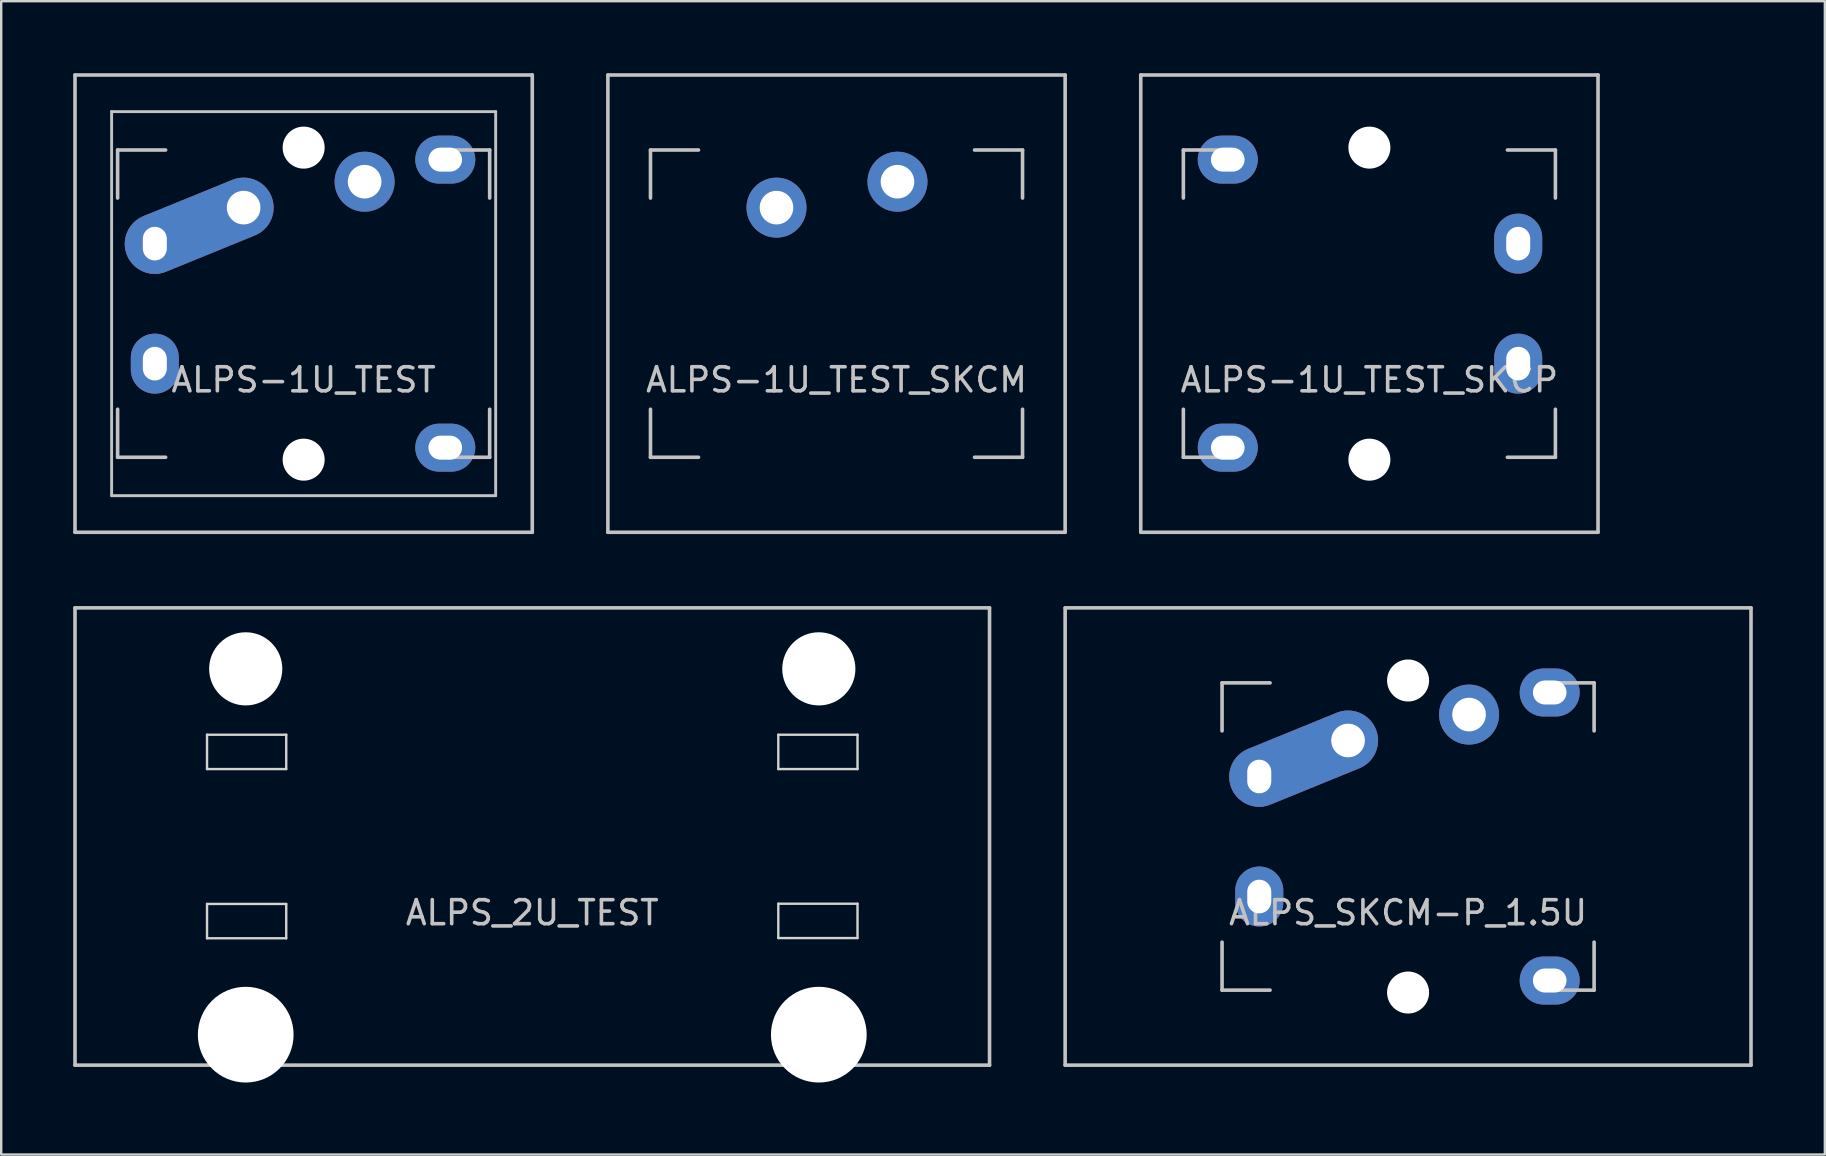
<source format=kicad_pcb>
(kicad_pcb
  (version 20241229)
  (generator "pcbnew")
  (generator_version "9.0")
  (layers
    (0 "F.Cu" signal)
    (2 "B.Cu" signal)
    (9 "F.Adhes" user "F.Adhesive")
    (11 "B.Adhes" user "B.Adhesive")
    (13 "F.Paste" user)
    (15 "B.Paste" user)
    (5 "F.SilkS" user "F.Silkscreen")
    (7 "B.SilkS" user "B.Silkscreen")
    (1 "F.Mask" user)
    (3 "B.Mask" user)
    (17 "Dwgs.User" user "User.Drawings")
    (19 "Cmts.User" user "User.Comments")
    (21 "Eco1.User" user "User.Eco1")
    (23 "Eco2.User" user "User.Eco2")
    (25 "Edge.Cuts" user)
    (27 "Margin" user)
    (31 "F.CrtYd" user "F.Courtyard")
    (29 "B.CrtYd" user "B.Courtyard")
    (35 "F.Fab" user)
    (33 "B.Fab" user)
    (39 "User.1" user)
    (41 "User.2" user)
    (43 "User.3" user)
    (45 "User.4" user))
  (footprint "ALPS_2U_TEST"
    (layer "F.Cu")
    (at 19.125 31.8)
    (property "Reference" "ALPS_2U_TEST" (at 0 3.175 0) (layer "Dwgs.User") (effects (font (size 1 1) (thickness 0.15))))
    (attr through_hole)
    (fp_line (start -19.05 -9.525) (end 19.05 -9.525) (stroke (width 0.15) (type solid)) (layer "Dwgs.User"))
    (fp_line (start -19.05 9.525) (end -19.05 -9.525) (stroke (width 0.15) (type solid)) (layer "Dwgs.User"))
    (fp_line (start -19.05 9.525) (end 19.05 9.525) (stroke (width 0.15) (type solid)) (layer "Dwgs.User"))
    (fp_line (start 19.05 -9.525) (end 19.05 9.525) (stroke (width 0.15) (type solid)) (layer "Dwgs.User"))
    (fp_line (start -13.55 -4.24) (end -13.55 -2.81) (stroke (width 0.1) (type solid)) (layer "Edge.Cuts"))
    (fp_line (start -13.55 4.24) (end -13.55 2.81) (stroke (width 0.1) (type solid)) (layer "Edge.Cuts"))
    (fp_line (start -10.25 -4.24) (end -13.55 -4.24) (stroke (width 0.1) (type solid)) (layer "Edge.Cuts"))
    (fp_line (start -10.25 -4.24) (end -10.25 -2.81) (stroke (width 0.1) (type solid)) (layer "Edge.Cuts"))
    (fp_line (start -10.25 -2.81) (end -13.55 -2.81) (stroke (width 0.1) (type solid)) (layer "Edge.Cuts"))
    (fp_line (start -10.25 2.81) (end -13.55 2.81) (stroke (width 0.1) (type solid)) (layer "Edge.Cuts"))
    (fp_line (start -10.25 4.24) (end -13.55 4.24) (stroke (width 0.1) (type solid)) (layer "Edge.Cuts"))
    (fp_line (start -10.25 4.24) (end -10.25 2.81) (stroke (width 0.1) (type solid)) (layer "Edge.Cuts"))
    (fp_line (start 10.25 -4.24) (end 10.25 -2.81) (stroke (width 0.1) (type solid)) (layer "Edge.Cuts"))
    (fp_line (start 10.25 -4.24) (end 13.55 -4.24) (stroke (width 0.1) (type solid)) (layer "Edge.Cuts"))
    (fp_line (start 10.25 -2.81) (end 13.55 -2.81) (stroke (width 0.1) (type solid)) (layer "Edge.Cuts"))
    (fp_line (start 10.25 2.8) (end 13.55 2.8) (stroke (width 0.1) (type solid)) (layer "Edge.Cuts"))
    (fp_line (start 10.25 4.23) (end 10.25 2.8) (stroke (width 0.1) (type solid)) (layer "Edge.Cuts"))
    (fp_line (start 10.25 4.23) (end 13.55 4.23) (stroke (width 0.1) (type solid)) (layer "Edge.Cuts"))
    (fp_line (start 13.55 -4.24) (end 13.55 -2.81) (stroke (width 0.1) (type solid)) (layer "Edge.Cuts"))
    (fp_line (start 13.55 4.23) (end 13.55 2.8) (stroke (width 0.1) (type solid)) (layer "Edge.Cuts"))
    (pad "" np_thru_hole circle (at -11.938 -6.985) (size 3.048 3.048) (drill 3.048) (layers "*.Cu" "*.Mask"))
    (pad "" np_thru_hole circle (at -11.938 8.255) (size 3.988 3.988) (drill 3.988) (layers "*.Cu" "*.Mask"))
    (pad "" np_thru_hole circle (at 11.938 -6.985) (size 3.048 3.048) (drill 3.048) (layers "*.Cu" "*.Mask"))
    (pad "" np_thru_hole circle (at 11.938 8.255) (size 3.988 3.988) (drill 3.988) (layers "*.Cu" "*.Mask")))
  (footprint "ALPS-1U_TEST_SKCM"
    (layer "F.Cu")
    (at 31.8 9.6)
    (property "Reference" "ALPS-1U_TEST_SKCM" (at 0 3.175 0) (layer "Dwgs.User") (effects (font (size 1 1) (thickness 0.15))))
    (attr through_hole)
    (fp_line (start -9.525 -9.525) (end 9.525 -9.525) (stroke (width 0.15) (type solid)) (layer "Dwgs.User"))
    (fp_line (start -9.525 9.525) (end -9.525 -9.525) (stroke (width 0.15) (type solid)) (layer "Dwgs.User"))
    (fp_line (start -9.525 9.525) (end 9.525 9.525) (stroke (width 0.15) (type solid)) (layer "Dwgs.User"))
    (fp_line (start -7.75 -6.4) (end -5.75 -6.4) (stroke (width 0.15) (type solid)) (layer "Dwgs.User"))
    (fp_line (start -7.75 -4.4) (end -7.75 -6.4) (stroke (width 0.15) (type solid)) (layer "Dwgs.User"))
    (fp_line (start -7.75 6.4) (end -7.75 4.4) (stroke (width 0.15) (type solid)) (layer "Dwgs.User"))
    (fp_line (start -7.75 6.4) (end -5.75 6.4) (stroke (width 0.15) (type solid)) (layer "Dwgs.User"))
    (fp_line (start 5.75 -6.4) (end 7.75 -6.4) (stroke (width 0.15) (type solid)) (layer "Dwgs.User"))
    (fp_line (start 5.75 6.4) (end 7.75 6.4) (stroke (width 0.15) (type solid)) (layer "Dwgs.User"))
    (fp_line (start 7.75 -4.4) (end 7.75 -6.4) (stroke (width 0.15) (type solid)) (layer "Dwgs.User"))
    (fp_line (start 7.75 6.4) (end 7.75 4.4) (stroke (width 0.15) (type solid)) (layer "Dwgs.User"))
    (fp_line (start 9.525 -9.525) (end 9.525 9.525) (stroke (width 0.15) (type solid)) (layer "Dwgs.User"))
    (pad "1" thru_hole circle (at -2.5 -4) (size 2.5 2.5) (drill 1.4) (layers "*.Cu" "*.Mask"))
    (pad "2" thru_hole circle (at 2.54 -5.08 270) (size 2.5 2.5) (drill 1.4) (layers "*.Cu" "*.Mask")))
  (footprint "ALPS-1U_TEST"
    (layer "F.Cu")
    (at 9.6 9.6)
    (property "Reference" "ALPS-1U_TEST" (at 0 3.175 0) (layer "Dwgs.User") (effects (font (size 1 1) (thickness 0.15))))
    (attr through_hole)
    (fp_line (start -9.525 -9.525) (end 9.525 -9.525) (stroke (width 0.15) (type solid)) (layer "Dwgs.User"))
    (fp_line (start -9.525 9.525) (end -9.525 -9.525) (stroke (width 0.15) (type solid)) (layer "Dwgs.User"))
    (fp_line (start -9.525 9.525) (end 9.525 9.525) (stroke (width 0.15) (type solid)) (layer "Dwgs.User"))
    (fp_line (start -8 -8) (end -8 8) (stroke (width 0.12) (type solid)) (layer "Dwgs.User"))
    (fp_line (start -7.75 -6.4) (end -5.75 -6.4) (stroke (width 0.15) (type solid)) (layer "Dwgs.User"))
    (fp_line (start -7.75 -4.4) (end -7.75 -6.4) (stroke (width 0.15) (type solid)) (layer "Dwgs.User"))
    (fp_line (start -7.75 6.4) (end -7.75 4.4) (stroke (width 0.15) (type solid)) (layer "Dwgs.User"))
    (fp_line (start -7.75 6.4) (end -5.75 6.4) (stroke (width 0.15) (type solid)) (layer "Dwgs.User"))
    (fp_line (start 5.75 -6.4) (end 7.75 -6.4) (stroke (width 0.15) (type solid)) (layer "Dwgs.User"))
    (fp_line (start 5.75 6.4) (end 7.75 6.4) (stroke (width 0.15) (type solid)) (layer "Dwgs.User"))
    (fp_line (start 7.75 -4.4) (end 7.75 -6.4) (stroke (width 0.15) (type solid)) (layer "Dwgs.User"))
    (fp_line (start 7.75 6.4) (end 7.75 4.4) (stroke (width 0.15) (type solid)) (layer "Dwgs.User"))
    (fp_line (start 8 -8) (end -8 -8) (stroke (width 0.12) (type solid)) (layer "Dwgs.User"))
    (fp_line (start 8 -8) (end 8 8) (stroke (width 0.12) (type solid)) (layer "Dwgs.User"))
    (fp_line (start 8 8) (end -8 8) (stroke (width 0.12) (type solid)) (layer "Dwgs.User"))
    (fp_line (start 9.525 -9.525) (end 9.525 9.525) (stroke (width 0.15) (type solid)) (layer "Dwgs.User"))
    (pad "" np_thru_hole circle (at 0 -6.5) (size 1.75 1.75) (drill 1.75) (layers "*.Cu" "*.Mask"))
    (pad "" np_thru_hole circle (at 0 6.5 90) (size 1.75 1.75) (drill 1.75) (layers "*.Cu" "*.Mask"))
    (pad "1" thru_hole oval (at -6.2 -2.5 180) (size 2 2.5) (drill oval 1 1.4) (layers "*.Cu" "*.Mask"))
    (pad "1" thru_hole oval (at -2.5 -4 22.2) (size 6.5 2.5) (drill 1.4 (offset -2 0)) (layers "*.Cu" "*.Mask"))
    (pad "2" thru_hole oval (at -6.2 2.5 90) (size 2.5 2) (drill oval 1.4 1) (layers "*.Cu" "*.Mask"))
    (pad "2" thru_hole circle (at 2.54 -5.08 270) (size 2.5 2.5) (drill 1.4) (layers "*.Cu" "*.Mask"))
    (pad "3" thru_hole oval (at 5.9 -6 180) (size 2.5 2) (drill oval 1.4 1) (layers "*.Cu" "*.Mask"))
    (pad "3" thru_hole oval (at 5.9 6 180) (size 2.5 2) (drill oval 1.4 1) (layers "*.Cu" "*.Mask")))
  (footprint "ALPS-1U_TEST_SKCP"
    (layer "F.Cu")
    (at 54 9.6)
    (property "Reference" "ALPS-1U_TEST_SKCP" (at 0 3.175 0) (layer "Dwgs.User") (effects (font (size 1 1) (thickness 0.15))))
    (attr through_hole)
    (fp_line (start -9.525 -9.525) (end 9.525 -9.525) (stroke (width 0.15) (type solid)) (layer "Dwgs.User"))
    (fp_line (start -9.525 9.525) (end -9.525 -9.525) (stroke (width 0.15) (type solid)) (layer "Dwgs.User"))
    (fp_line (start -9.525 9.525) (end 9.525 9.525) (stroke (width 0.15) (type solid)) (layer "Dwgs.User"))
    (fp_line (start -7.75 -6.4) (end -5.75 -6.4) (stroke (width 0.15) (type solid)) (layer "Dwgs.User"))
    (fp_line (start -7.75 -4.4) (end -7.75 -6.4) (stroke (width 0.15) (type solid)) (layer "Dwgs.User"))
    (fp_line (start -7.75 6.4) (end -7.75 4.4) (stroke (width 0.15) (type solid)) (layer "Dwgs.User"))
    (fp_line (start -7.75 6.4) (end -5.75 6.4) (stroke (width 0.15) (type solid)) (layer "Dwgs.User"))
    (fp_line (start 5.75 -6.4) (end 7.75 -6.4) (stroke (width 0.15) (type solid)) (layer "Dwgs.User"))
    (fp_line (start 5.75 6.4) (end 7.75 6.4) (stroke (width 0.15) (type solid)) (layer "Dwgs.User"))
    (fp_line (start 7.75 -4.4) (end 7.75 -6.4) (stroke (width 0.15) (type solid)) (layer "Dwgs.User"))
    (fp_line (start 7.75 6.4) (end 7.75 4.4) (stroke (width 0.15) (type solid)) (layer "Dwgs.User"))
    (fp_line (start 9.525 -9.525) (end 9.525 9.525) (stroke (width 0.15) (type solid)) (layer "Dwgs.User"))
    (pad "" np_thru_hole circle (at 0 -6.5 270) (size 1.75 1.75) (drill 1.75) (layers "*.Cu" "*.Mask"))
    (pad "" np_thru_hole circle (at 0 6.5 180) (size 1.75 1.75) (drill 1.75) (layers "*.Cu" "*.Mask"))
    (pad "1" thru_hole oval (at 6.2 -2.5 270) (size 2.5 2) (drill oval 1.4 1) (layers "*.Cu" "*.Mask"))
    (pad "2" thru_hole oval (at 6.2 2.5) (size 2 2.5) (drill oval 1 1.4) (layers "*.Cu" "*.Mask"))
    (pad "3" thru_hole oval (at -5.9 -6) (size 2.5 2) (drill oval 1.4 1) (layers "*.Cu" "*.Mask"))
    (pad "3" thru_hole oval (at -5.9 6) (size 2.5 2) (drill oval 1.4 1) (layers "*.Cu" "*.Mask")))
  (footprint "ALPS_SKCM-P_1.5U"
    (layer "F.Cu")
    (at 55.612 31.8)
    (property "Reference" "ALPS_SKCM-P_1.5U" (at 0 3.175 0) (layer "Dwgs.User") (effects (font (size 1 1) (thickness 0.15))))
    (attr through_hole)
    (fp_line (start -14.287 -9.525) (end 14.287 -9.525) (stroke (width 0.15) (type solid)) (layer "Dwgs.User"))
    (fp_line (start -14.287 9.525) (end -14.287 -9.525) (stroke (width 0.15) (type solid)) (layer "Dwgs.User"))
    (fp_line (start -14.287 9.525) (end 14.287 9.525) (stroke (width 0.15) (type solid)) (layer "Dwgs.User"))
    (fp_line (start -7.75 -6.4) (end -5.75 -6.4) (stroke (width 0.15) (type solid)) (layer "Dwgs.User"))
    (fp_line (start -7.75 -4.4) (end -7.75 -6.4) (stroke (width 0.15) (type solid)) (layer "Dwgs.User"))
    (fp_line (start -7.75 6.4) (end -7.75 4.4) (stroke (width 0.15) (type solid)) (layer "Dwgs.User"))
    (fp_line (start -7.75 6.4) (end -5.75 6.4) (stroke (width 0.15) (type solid)) (layer "Dwgs.User"))
    (fp_line (start 5.75 -6.4) (end 7.75 -6.4) (stroke (width 0.15) (type solid)) (layer "Dwgs.User"))
    (fp_line (start 5.75 6.4) (end 7.75 6.4) (stroke (width 0.15) (type solid)) (layer "Dwgs.User"))
    (fp_line (start 7.75 -4.4) (end 7.75 -6.4) (stroke (width 0.15) (type solid)) (layer "Dwgs.User"))
    (fp_line (start 7.75 6.4) (end 7.75 4.4) (stroke (width 0.15) (type solid)) (layer "Dwgs.User"))
    (fp_line (start 14.287 -9.525) (end 14.287 9.525) (stroke (width 0.15) (type solid)) (layer "Dwgs.User"))
    (pad "" np_thru_hole circle (at 0 -6.5) (size 1.75 1.75) (drill 1.75) (layers "*.Cu" "*.Mask"))
    (pad "" np_thru_hole circle (at 0 6.5 90) (size 1.75 1.75) (drill 1.75) (layers "*.Cu" "*.Mask"))
    (pad "1" thru_hole oval (at -6.2 -2.5 180) (size 2 2.5) (drill oval 1 1.4) (layers "*.Cu" "*.Mask"))
    (pad "1" thru_hole oval (at -2.5 -4 22.2) (size 6.5 2.5) (drill 1.4 (offset -2 0)) (layers "*.Cu" "*.Mask"))
    (pad "2" thru_hole oval (at -6.2 2.5 90) (size 2.5 2) (drill oval 1.4 1) (layers "*.Cu" "*.Mask"))
    (pad "2" thru_hole circle (at 2.54 -5.08 270) (size 2.5 2.5) (drill 1.4) (layers "*.Cu" "*.Mask"))
    (pad "NC" thru_hole oval (at 5.9 -6 180) (size 2.5 2) (drill oval 1.4 1) (layers "*.Cu" "*.Mask"))
    (pad "NC" thru_hole oval (at 5.9 6 180) (size 2.5 2) (drill oval 1.4 1) (layers "*.Cu" "*.Mask")))
  (gr_rect
    (start -3 -3)
    (end 72.975 45.049)
    (stroke (width 0.1) (type default))
    (fill no)
    (layer "Edge.Cuts")))
</source>
